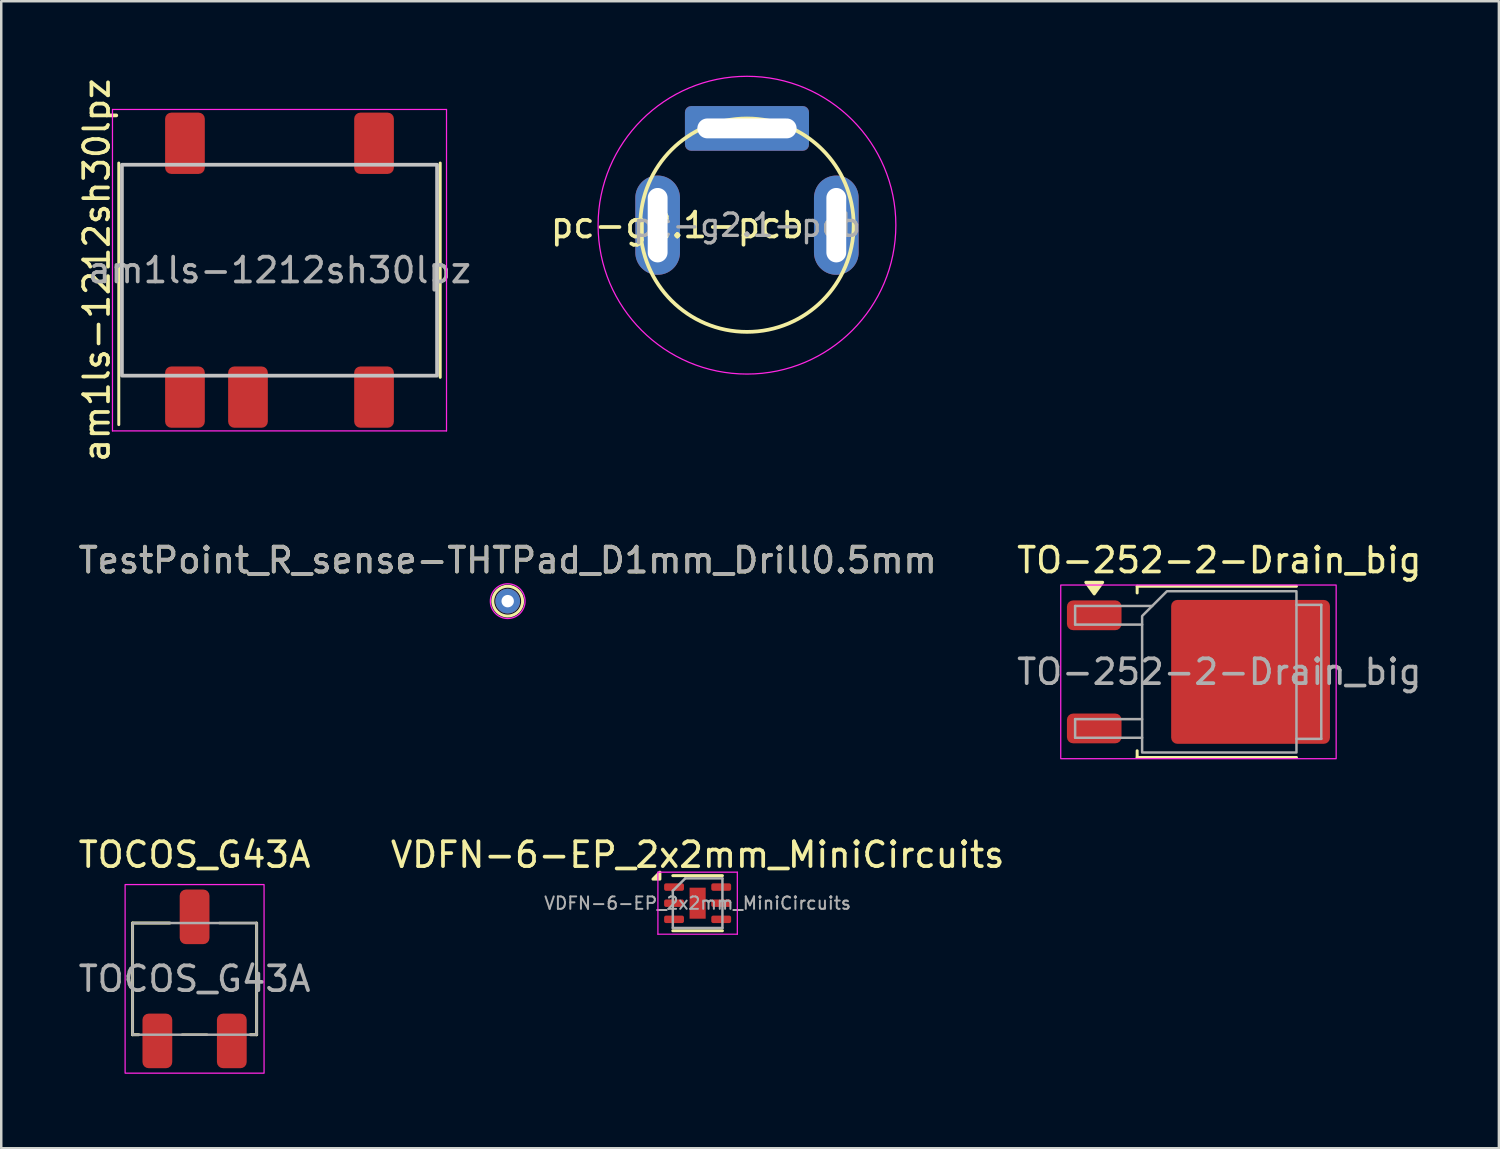
<source format=kicad_pcb>
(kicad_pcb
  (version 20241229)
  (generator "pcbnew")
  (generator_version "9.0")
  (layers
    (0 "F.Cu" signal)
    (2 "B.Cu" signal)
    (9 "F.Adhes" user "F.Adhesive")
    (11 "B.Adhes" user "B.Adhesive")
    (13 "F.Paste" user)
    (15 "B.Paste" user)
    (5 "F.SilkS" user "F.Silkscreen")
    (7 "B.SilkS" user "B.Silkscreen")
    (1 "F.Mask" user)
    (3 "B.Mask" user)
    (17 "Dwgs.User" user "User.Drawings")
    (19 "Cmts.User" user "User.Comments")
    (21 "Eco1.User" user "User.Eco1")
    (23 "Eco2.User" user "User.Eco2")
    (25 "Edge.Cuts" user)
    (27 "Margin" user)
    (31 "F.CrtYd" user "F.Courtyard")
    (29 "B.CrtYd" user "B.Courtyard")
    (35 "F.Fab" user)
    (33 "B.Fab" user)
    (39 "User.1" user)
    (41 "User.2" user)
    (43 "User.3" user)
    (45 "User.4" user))
  (footprint "TO-252-2-Drain_big"
    (layer "F.Cu")
    (at 46.089 24.027)
    (property "Reference" "TO-252-2-Drain_big" (at 0 -4.5 0) (layer "F.SilkS") (effects (font (size 1 1) (thickness 0.15))))
    (attr smd)
    (fp_line (start -3.31 -3.45) (end -3.31 -3.18) (stroke (width 0.12) (type solid)) (layer "F.SilkS"))
    (fp_line (start -3.31 3.45) (end -3.31 3.18) (stroke (width 0.12) (type solid)) (layer "F.SilkS"))
    (fp_line (start 3.11 -3.45) (end -3.31 -3.45) (stroke (width 0.12) (type solid)) (layer "F.SilkS"))
    (fp_line (start 3.11 3.45) (end -3.31 3.45) (stroke (width 0.12) (type solid)) (layer "F.SilkS"))
    (fp_poly (pts (xy -5.04 -3.14) (xy -5.38 -3.61) (xy -4.7 -3.61)) (stroke (width 0.12) (type solid)) (fill yes) (layer "F.SilkS"))
    (fp_rect (start -6.39 -3.5) (end 4.71 3.5) (stroke (width 0.05) (type solid)) (fill no) (layer "F.CrtYd"))
    (fp_line (start -5.81 -2.655) (end -5.81 -1.905) (stroke (width 0.1) (type solid)) (layer "F.Fab"))
    (fp_line (start -5.81 -1.905) (end -3.11 -1.905) (stroke (width 0.1) (type solid)) (layer "F.Fab"))
    (fp_line (start -5.81 1.905) (end -5.81 2.655) (stroke (width 0.1) (type solid)) (layer "F.Fab"))
    (fp_line (start -5.81 2.655) (end -3.11 2.655) (stroke (width 0.1) (type solid)) (layer "F.Fab"))
    (fp_line (start -3.11 1.905) (end -5.81 1.905) (stroke (width 0.1) (type solid)) (layer "F.Fab"))
    (fp_line (start -2.705 -2.655) (end -5.81 -2.655) (stroke (width 0.1) (type solid)) (layer "F.Fab"))
    (fp_line (start 3.11 -2.7) (end 4.11 -2.7) (stroke (width 0.1) (type solid)) (layer "F.Fab"))
    (fp_line (start 4.11 -2.7) (end 4.11 2.7) (stroke (width 0.1) (type solid)) (layer "F.Fab"))
    (fp_line (start 4.11 2.7) (end 3.11 2.7) (stroke (width 0.1) (type solid)) (layer "F.Fab"))
    (fp_poly (pts (xy 3.11 -3.25) (xy 3.11 3.25) (xy -3.11 3.25) (xy -3.11 -2.25) (xy -2.11 -3.25)) (stroke (width 0.1) (type solid)) (fill no) (layer "F.Fab"))
    (fp_text user "${REFERENCE}" (at 0 0 0) (layer "F.Fab") (effects (font (size 1 1) (thickness 0.15))))
    (pad "" smd roundrect (at -0.415 -1.525) (size 3.05 2.75) (layers "F.Paste") (roundrect_rratio 0.091))
    (pad "" smd roundrect (at -0.415 1.525) (size 3.05 2.75) (layers "F.Paste") (roundrect_rratio 0.091))
    (pad "" smd roundrect (at 2.935 -1.525) (size 3.05 2.75) (layers "F.Paste") (roundrect_rratio 0.091))
    (pad "" smd roundrect (at 2.935 1.525) (size 3.05 2.75) (layers "F.Paste") (roundrect_rratio 0.091))
    (pad "1" smd roundrect (at 1.26 0) (size 6.4 5.8) (layers "F.Cu" "F.Mask") (roundrect_rratio 0.043))
    (pad "2" smd roundrect (at -5.04 -2.28) (size 2.2 1.2) (layers "F.Cu" "F.Mask" "F.Paste") (roundrect_rratio 0.208))
    (pad "3" smd roundrect (at -5.04 2.28) (size 2.2 1.2) (layers "F.Cu" "F.Mask" "F.Paste") (roundrect_rratio 0.208)))
  (footprint "TestPoint_R_sense-THTPad_D1mm_Drill0.5mm"
    (layer "F.Cu")
    (at 17.411 21.177)
    (property "Reference" "TestPoint_R_sense-THTPad_D1mm_Drill0.5mm" (at 0 -1.648 0) (layer "F.SilkS") (effects (font (size 1 1) (thickness 0.15))))
    (attr exclude_from_pos_files exclude_from_bom)
    (fp_circle (center 0 0) (end 0.6 0) (stroke (width 0.12) (type solid)) (fill no) (layer "F.SilkS"))
    (fp_circle (center 0 0) (end 0.7 0) (stroke (width 0.05) (type solid)) (fill no) (layer "F.CrtYd"))
    (fp_text user "${REFERENCE}" (at 0 -1.65 0) (layer "F.Fab") (effects (font (size 1 1) (thickness 0.15))))
    (pad "1" thru_hole circle (at 0 0) (size 1 1) (drill 0.5) (layers "*.Cu" "*.Mask")))
  (footprint "am1ls-1212sh30lpz"
    (layer "F.Cu")
    (at 1.864 7.839)
    (property "Reference" "am1ls-1212sh30lpz" (at -1.016 0 270) (layer "F.SilkS") (effects (font (size 1 1) (thickness 0.15))))
    (attr smd)
    (fp_line (start -0.127 6.223) (end -0.127 -4.318) (stroke (width 0.12) (type solid)) (layer "F.SilkS"))
    (fp_line (start 12.827 4.318) (end 12.827 -4.318) (stroke (width 0.12) (type solid)) (layer "F.SilkS"))
    (fp_rect (start 0 -4.25) (end 12.7 4.25) (stroke (width 0.15) (type default)) (fill no) (layer "Dwgs.User"))
    (fp_line (start -0.381 -6.477) (end 13.081 -6.477) (stroke (width 0.05) (type default)) (layer "F.CrtYd"))
    (fp_line (start -0.381 6.477) (end -0.381 -6.477) (stroke (width 0.05) (type default)) (layer "F.CrtYd"))
    (fp_line (start 13.081 -6.477) (end 13.081 6.477) (stroke (width 0.05) (type default)) (layer "F.CrtYd"))
    (fp_line (start 13.081 6.477) (end -0.381 6.477) (stroke (width 0.05) (type default)) (layer "F.CrtYd"))
    (fp_text user "${REFERENCE}" (at 6.35 0 0) (layer "F.Fab") (effects (font (size 1 1) (thickness 0.15))))
    (pad "1" smd roundrect (at 2.54 5.115 90) (size 2.47 1.6) (layers "F.Cu" "F.Mask" "F.Paste") (roundrect_rratio 0.156))
    (pad "2" smd roundrect (at 5.08 5.115 90) (size 2.47 1.6) (layers "F.Cu" "F.Mask" "F.Paste") (roundrect_rratio 0.156))
    (pad "4" smd roundrect (at 10.16 5.115 90) (size 2.47 1.6) (layers "F.Cu" "F.Mask" "F.Paste") (roundrect_rratio 0.156))
    (pad "5" smd roundrect (at 10.16 -5.115 90) (size 2.47 1.6) (layers "F.Cu" "F.Mask" "F.Paste") (roundrect_rratio 0.156))
    (pad "8" smd roundrect (at 2.54 -5.115 90) (size 2.47 1.6) (layers "F.Cu" "F.Mask" "F.Paste") (roundrect_rratio 0.156)))
  (footprint "TOCOS_G43A"
    (layer "F.Cu")
    (at 4.792 36.4)
    (property "Reference" "TOCOS_G43A" (at 0 -5 0) (unlocked yes) (layer "F.SilkS") (effects (font (size 1 1) (thickness 0.15))))
    (attr smd)
    (fp_line (start -2.5 -2.25) (end -2.5 2.25) (stroke (width 0.12) (type default)) (layer "F.SilkS"))
    (fp_line (start -2.5 -2.25) (end -1 -2.25) (stroke (width 0.12) (type default)) (layer "F.SilkS"))
    (fp_line (start -2.5 2.25) (end -2.25 2.25) (stroke (width 0.12) (type default)) (layer "F.SilkS"))
    (fp_line (start -0.5 2.25) (end 0.5 2.25) (stroke (width 0.1) (type default)) (layer "F.SilkS"))
    (fp_line (start 2.25 2.25) (end 2.5 2.25) (stroke (width 0.12) (type default)) (layer "F.SilkS"))
    (fp_line (start 2.5 -2.25) (end 1 -2.25) (stroke (width 0.1) (type default)) (layer "F.SilkS"))
    (fp_line (start 2.5 -2.25) (end 2.5 2.25) (stroke (width 0.12) (type default)) (layer "F.SilkS"))
    (fp_rect (start -2.8 -3.8) (end 2.8 3.8) (stroke (width 0.05) (type default)) (fill no) (layer "F.CrtYd"))
    (fp_rect (start -2.5 -2.25) (end 2.5 2.25) (stroke (width 0.1) (type default)) (fill no) (layer "F.Fab"))
    (fp_text user "${REFERENCE}" (at 0 0 0) (unlocked yes) (layer "F.Fab") (effects (font (size 1 1) (thickness 0.15))))
    (pad "1" smd roundrect (at 1.5 2.5) (size 1.2 2.2) (layers "F.Cu" "F.Mask" "F.Paste") (roundrect_rratio 0.208))
    (pad "2" smd roundrect (at 0 -2.5) (size 1.2 2.2) (layers "F.Cu" "F.Mask" "F.Paste") (roundrect_rratio 0.208))
    (pad "3" smd roundrect (at -1.5 2.5) (size 1.2 2.2) (layers "F.Cu" "F.Mask" "F.Paste") (roundrect_rratio 0.208)))
  (footprint "pc-g2.1-pcb"
    (layer "F.Cu")
    (at 27.054 6.025)
    (property "Reference" "pc-g2.1-pcb" (at -8 0 0) (layer "F.SilkS") (effects (font (size 1 1) (thickness 0.15)) (justify left)))
    (attr through_hole)
    (fp_circle (center 0 0) (end 4.3 0) (stroke (width 0.15) (type default)) (fill no) (layer "F.SilkS"))
    (fp_circle (center 0 0) (end 6 0) (stroke (width 0.05) (type default)) (fill no) (layer "F.CrtYd"))
    (fp_text user "${REFERENCE}" (at 0 0 0) (layer "F.Fab") (effects (font (size 0.9 0.9) (thickness 0.135))))
    (pad "1" thru_hole oval (at 3.6 0 180) (size 1.8 4) (drill oval 0.8 3) (layers "*.Cu" "*.Mask"))
    (pad "2" thru_hole oval (at -3.6 0 180) (size 1.8 4) (drill oval 0.8 3) (layers "*.Cu" "*.Mask"))
    (pad "3" thru_hole roundrect (at 0 -3.9 270) (size 1.8 5) (drill oval 0.8 4) (layers "*.Cu" "*.Mask") (roundrect_rratio 0.139)))
  (footprint "VDFN-6-EP_2x2mm_MiniCircuits"
    (layer "F.Cu")
    (at 25.065 33.35)
    (property "Reference" "VDFN-6-EP_2x2mm_MiniCircuits" (at 0 -1.95 0) (layer "F.SilkS") (effects (font (size 1 1) (thickness 0.15))))
    (attr smd)
    (fp_line (start -1 -1.11) (end 1 -1.11) (stroke (width 0.12) (type solid)) (layer "F.SilkS"))
    (fp_line (start -1 1.11) (end 1 1.11) (stroke (width 0.12) (type solid)) (layer "F.SilkS"))
    (fp_poly (pts (xy -1.52 -0.97) (xy -1.8 -0.97) (xy -1.52 -1.25) (xy -1.52 -0.97)) (stroke (width 0.12) (type solid)) (fill yes) (layer "F.SilkS"))
    (fp_line (start -1.6 -1.25) (end -1.6 1.25) (stroke (width 0.05) (type solid)) (layer "F.CrtYd"))
    (fp_line (start -1.6 1.25) (end 1.6 1.25) (stroke (width 0.05) (type solid)) (layer "F.CrtYd"))
    (fp_line (start 1.6 -1.25) (end -1.6 -1.25) (stroke (width 0.05) (type solid)) (layer "F.CrtYd"))
    (fp_line (start 1.6 1.25) (end 1.6 -1.25) (stroke (width 0.05) (type solid)) (layer "F.CrtYd"))
    (fp_line (start -1 -0.5) (end -0.5 -1) (stroke (width 0.1) (type solid)) (layer "F.Fab"))
    (fp_line (start -1 1) (end -1 -0.5) (stroke (width 0.1) (type solid)) (layer "F.Fab"))
    (fp_line (start -0.5 -1) (end 1 -1) (stroke (width 0.1) (type solid)) (layer "F.Fab"))
    (fp_line (start 1 -1) (end 1 1) (stroke (width 0.1) (type solid)) (layer "F.Fab"))
    (fp_line (start 1 1) (end -1 1) (stroke (width 0.1) (type solid)) (layer "F.Fab"))
    (fp_text user "${REFERENCE}" (at 0 0 0) (layer "F.Fab") (effects (font (size 0.5 0.5) (thickness 0.08))))
    (pad "1" smd roundrect (at -0.95 0) (size 0.8 0.3) (layers "F.Cu" "F.Mask" "F.Paste") (roundrect_rratio 0.25))
    (pad "2" smd roundrect (at 0.95 0) (size 0.8 0.3) (layers "F.Cu" "F.Mask" "F.Paste") (roundrect_rratio 0.25))
    (pad "3" smd roundrect (at -0.95 -0.65) (size 0.8 0.3) (layers "F.Cu" "F.Mask" "F.Paste") (roundrect_rratio 0.25))
    (pad "3" smd roundrect (at -0.95 0.65) (size 0.8 0.3) (layers "F.Cu" "F.Mask" "F.Paste") (roundrect_rratio 0.25))
    (pad "3" smd rect (at 0 0) (size 0.65 1.25) (property pad_prop_heatsink) (layers "F.Cu" "F.Mask"))
    (pad "3" smd roundrect (at 0.95 -0.65) (size 0.8 0.3) (layers "F.Cu" "F.Mask" "F.Paste") (roundrect_rratio 0.25))
    (pad "3" smd roundrect (at 0.95 0.65) (size 0.8 0.3) (layers "F.Cu" "F.Mask" "F.Paste") (roundrect_rratio 0.25)))
  (gr_rect
    (start -3 -3)
    (end 57.357 43.225)
    (stroke (width 0.1) (type default))
    (fill no)
    (layer "Edge.Cuts")))
</source>
